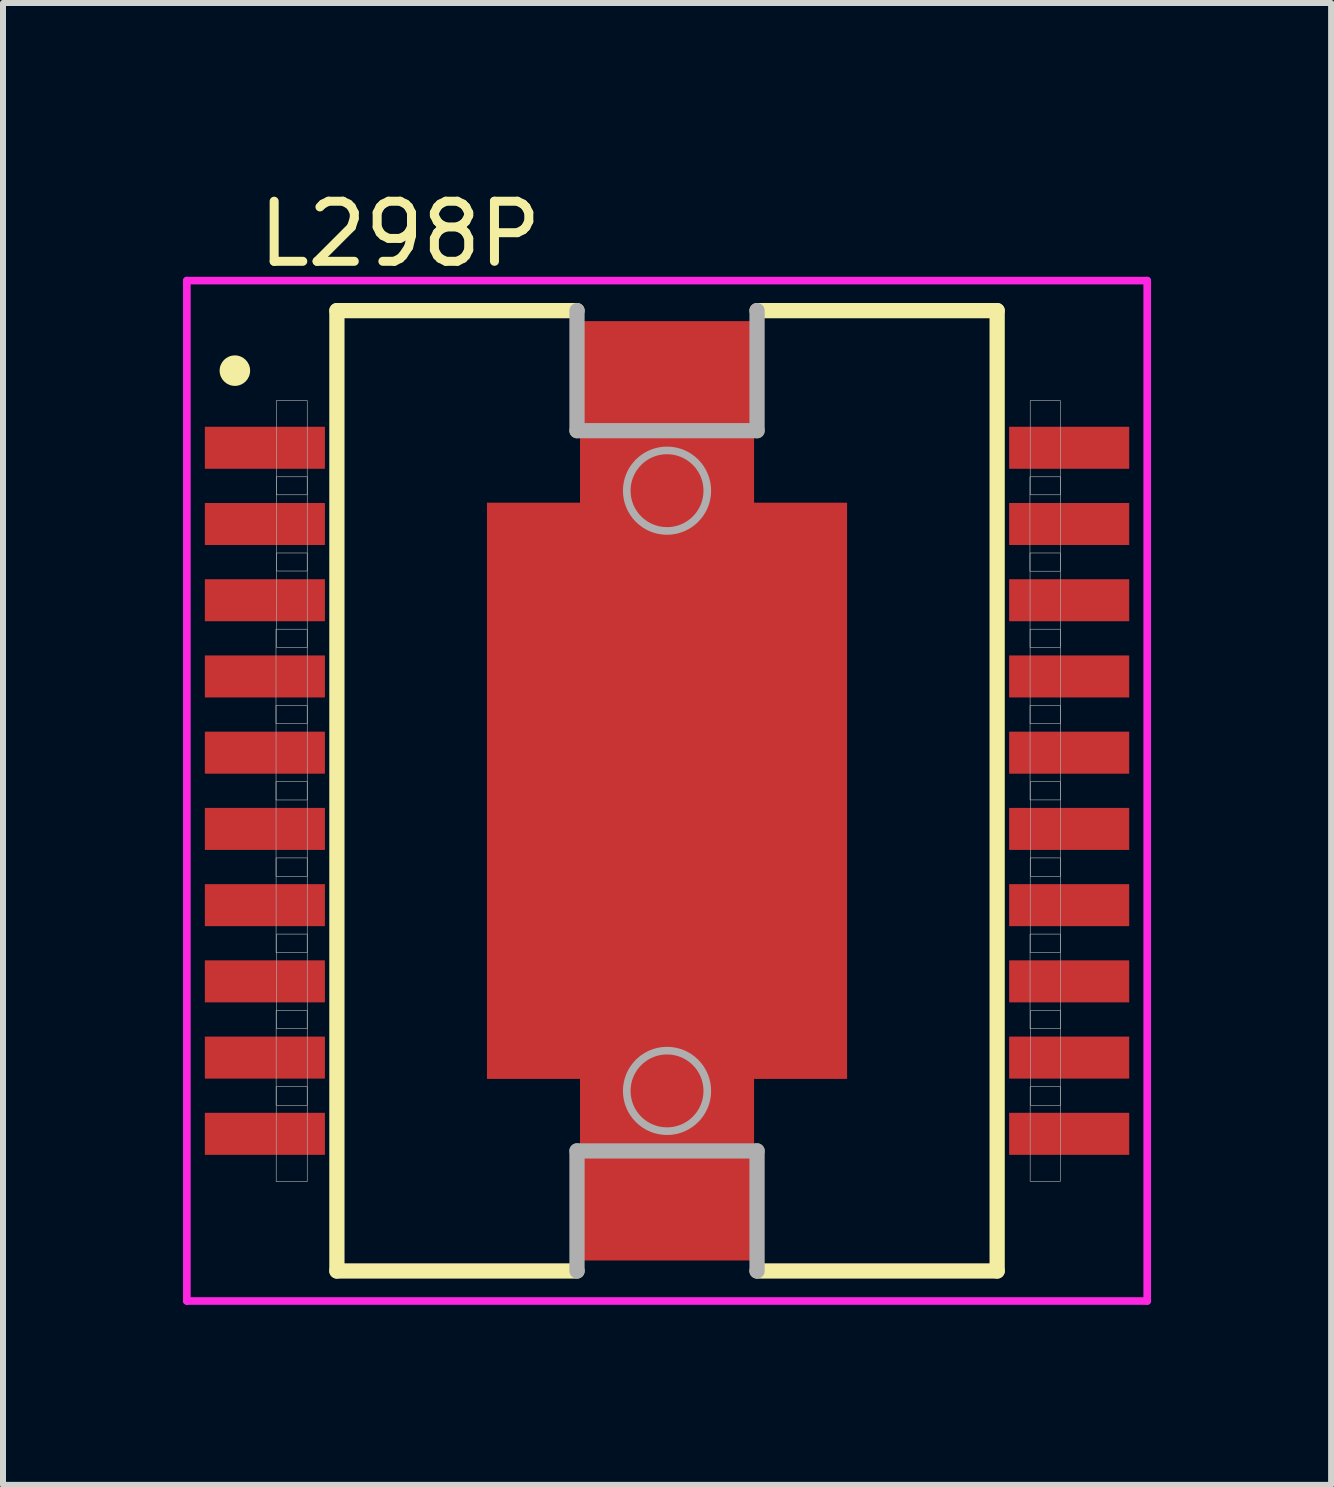
<source format=kicad_pcb>
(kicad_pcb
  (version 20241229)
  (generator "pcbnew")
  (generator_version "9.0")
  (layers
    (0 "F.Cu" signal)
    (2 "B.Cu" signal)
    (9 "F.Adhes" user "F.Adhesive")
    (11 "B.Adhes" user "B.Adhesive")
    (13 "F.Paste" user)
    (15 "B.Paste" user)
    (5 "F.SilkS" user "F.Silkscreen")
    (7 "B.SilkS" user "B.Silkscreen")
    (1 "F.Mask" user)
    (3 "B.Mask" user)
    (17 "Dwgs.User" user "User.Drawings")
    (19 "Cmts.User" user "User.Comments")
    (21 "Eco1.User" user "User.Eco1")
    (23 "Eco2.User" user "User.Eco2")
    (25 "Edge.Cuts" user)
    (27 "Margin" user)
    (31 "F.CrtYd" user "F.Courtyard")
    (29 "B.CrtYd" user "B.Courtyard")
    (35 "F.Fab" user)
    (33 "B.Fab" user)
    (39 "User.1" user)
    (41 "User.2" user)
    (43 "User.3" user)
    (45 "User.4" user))
  (footprint "L298P"
    (layer "F.Cu")
    (at 8.063 10.125)
    (property "Reference" "L298P" (at -4.448 -9.277 0) (layer "F.SilkS") (effects (font (size 1.001 1.001) (thickness 0.15))))
    (attr smd)
    (fp_line (start -5.5 8) (end -5.5 -8) (stroke (width 0.254) (type solid)) (layer "F.SilkS"))
    (fp_line (start -1.5 -8) (end -5.5 -8) (stroke (width 0.254) (type solid)) (layer "F.SilkS"))
    (fp_line (start -1.5 8) (end -5.5 8) (stroke (width 0.254) (type solid)) (layer "F.SilkS"))
    (fp_line (start 5.5 -8) (end 1.5 -8) (stroke (width 0.254) (type solid)) (layer "F.SilkS"))
    (fp_line (start 5.5 -8) (end 5.5 8) (stroke (width 0.254) (type solid)) (layer "F.SilkS"))
    (fp_line (start 5.5 8) (end 1.5 8) (stroke (width 0.254) (type solid)) (layer "F.SilkS"))
    (fp_circle (center -7.2 -7) (end -6.946 -7) (stroke (width 0) (type solid)) (fill yes) (layer "F.SilkS"))
    (fp_poly (pts (xy -1.901 -3) (xy 1.9 -3) (xy 1.9 3.001) (xy -1.901 3.001)) (stroke (width 0.01) (type solid)) (fill yes) (layer "F.Paste"))
    (fp_line (start -8 -8.5) (end -8 8.5) (stroke (width 0.127) (type solid)) (layer "F.CrtYd"))
    (fp_line (start -8 8.5) (end 8 8.5) (stroke (width 0.127) (type solid)) (layer "F.CrtYd"))
    (fp_line (start 8 -8.5) (end -8 -8.5) (stroke (width 0.127) (type solid)) (layer "F.CrtYd"))
    (fp_line (start 8 8.5) (end 8 -8.5) (stroke (width 0.127) (type solid)) (layer "F.CrtYd"))
    (fp_line (start -1.5 -6) (end -1.5 -8) (stroke (width 0.254) (type solid)) (layer "F.Fab"))
    (fp_line (start -1.5 -6) (end 1.5 -6) (stroke (width 0.254) (type solid)) (layer "F.Fab"))
    (fp_line (start -1.5 6) (end 1.5 6) (stroke (width 0.254) (type solid)) (layer "F.Fab"))
    (fp_line (start -1.5 8) (end -1.5 6) (stroke (width 0.254) (type solid)) (layer "F.Fab"))
    (fp_line (start 1.5 -6) (end 1.5 -8) (stroke (width 0.254) (type solid)) (layer "F.Fab"))
    (fp_line (start 1.5 8) (end 1.5 6) (stroke (width 0.254) (type solid)) (layer "F.Fab"))
    (fp_circle (center 0 -5) (end 0.671 -5) (stroke (width 0.127) (type solid)) (fill no) (layer "F.Fab"))
    (fp_circle (center 0 5) (end 0.671 5) (stroke (width 0.127) (type solid)) (fill no) (layer "F.Fab"))
    (fp_poly (pts (xy -6.515 -2.692) (xy -5.994 -2.692) (xy -5.994 -1.12) (xy -6.515 -1.12)) (stroke (width 0.01) (type solid)) (fill no) (layer "F.Fab"))
    (fp_poly (pts (xy -6.514 -1.422) (xy -5.994 -1.422) (xy -5.994 0.153) (xy -6.514 0.153)) (stroke (width 0.01) (type solid)) (fill no) (layer "F.Fab"))
    (fp_poly (pts (xy -6.514 -0.152) (xy -5.994 -0.152) (xy -5.994 1.425) (xy -6.514 1.425)) (stroke (width 0.01) (type solid)) (fill no) (layer "F.Fab"))
    (fp_poly (pts (xy -6.513 1.118) (xy -5.994 1.118) (xy -5.994 2.697) (xy -6.513 2.697)) (stroke (width 0.01) (type solid)) (fill no) (layer "F.Fab"))
    (fp_poly (pts (xy -6.512 3.658) (xy -5.994 3.658) (xy -5.994 5.24) (xy -6.512 5.24)) (stroke (width 0.01) (type solid)) (fill no) (layer "F.Fab"))
    (fp_poly (pts (xy -6.511 4.928) (xy -5.994 4.928) (xy -5.994 6.511) (xy -6.511 6.511)) (stroke (width 0.01) (type solid)) (fill no) (layer "F.Fab"))
    (fp_poly (pts (xy -6.508 -5.232) (xy -5.994 -5.232) (xy -5.994 -3.661) (xy -6.508 -3.661)) (stroke (width 0.01) (type solid)) (fill no) (layer "F.Fab"))
    (fp_poly (pts (xy -6.508 -6.502) (xy -5.994 -6.502) (xy -5.994 -4.932) (xy -6.508 -4.932)) (stroke (width 0.01) (type solid)) (fill no) (layer "F.Fab"))
    (fp_poly (pts (xy -6.507 -3.962) (xy -5.994 -3.962) (xy -5.994 -2.389) (xy -6.507 -2.389)) (stroke (width 0.01) (type solid)) (fill no) (layer "F.Fab"))
    (fp_poly (pts (xy -6.505 2.388) (xy -5.994 2.388) (xy -5.994 3.964) (xy -6.505 3.964)) (stroke (width 0.01) (type solid)) (fill no) (layer "F.Fab"))
    (fp_poly (pts (xy 6.046 -5.232) (xy 6.553 -5.232) (xy 6.553 -3.658) (xy 6.046 -3.658)) (stroke (width 0.01) (type solid)) (fill no) (layer "F.Fab"))
    (fp_poly (pts (xy 6.048 2.388) (xy 6.553 2.388) (xy 6.553 3.964) (xy 6.048 3.964)) (stroke (width 0.01) (type solid)) (fill no) (layer "F.Fab"))
    (fp_poly (pts (xy 6.048 -3.962) (xy 6.553 -3.962) (xy 6.553 -2.389) (xy 6.048 -2.389)) (stroke (width 0.01) (type solid)) (fill no) (layer "F.Fab"))
    (fp_poly (pts (xy 6.048 -1.422) (xy 6.553 -1.422) (xy 6.553 0.152) (xy 6.048 0.152)) (stroke (width 0.01) (type solid)) (fill no) (layer "F.Fab"))
    (fp_poly (pts (xy 6.049 -2.692) (xy 6.553 -2.692) (xy 6.553 -1.118) (xy 6.049 -1.118)) (stroke (width 0.01) (type solid)) (fill no) (layer "F.Fab"))
    (fp_poly (pts (xy 6.05 4.928) (xy 6.553 4.928) (xy 6.553 6.507) (xy 6.05 6.507)) (stroke (width 0.01) (type solid)) (fill no) (layer "F.Fab"))
    (fp_poly (pts (xy 6.051 -6.502) (xy 6.553 -6.502) (xy 6.553 -4.932) (xy 6.051 -4.932)) (stroke (width 0.01) (type solid)) (fill no) (layer "F.Fab"))
    (fp_poly (pts (xy 6.051 1.118) (xy 6.553 1.118) (xy 6.553 2.695) (xy 6.051 2.695)) (stroke (width 0.01) (type solid)) (fill no) (layer "F.Fab"))
    (fp_poly (pts (xy 6.053 -0.152) (xy 6.553 -0.152) (xy 6.553 1.424) (xy 6.053 1.424)) (stroke (width 0.01) (type solid)) (fill no) (layer "F.Fab"))
    (fp_poly (pts (xy 6.056 3.658) (xy 6.553 3.658) (xy 6.553 5.242) (xy 6.056 5.242)) (stroke (width 0.01) (type solid)) (fill no) (layer "F.Fab"))
    (pad "1" smd rect (at -6.7 -5.715) (size 2 0.7) (layers "F.Cu" "F.Mask" "F.Paste"))
    (pad "2" smd rect (at -6.7 -4.445) (size 2 0.7) (layers "F.Cu" "F.Mask" "F.Paste"))
    (pad "3" smd rect (at -6.7 -3.175) (size 2 0.7) (layers "F.Cu" "F.Mask" "F.Paste"))
    (pad "4" smd rect (at -6.7 -1.905) (size 2 0.7) (layers "F.Cu" "F.Mask" "F.Paste"))
    (pad "5" smd rect (at -6.7 -0.635) (size 2 0.7) (layers "F.Cu" "F.Mask" "F.Paste"))
    (pad "6" smd rect (at -6.7 0.635) (size 2 0.7) (layers "F.Cu" "F.Mask" "F.Paste"))
    (pad "7" smd rect (at -6.7 1.905) (size 2 0.7) (layers "F.Cu" "F.Mask" "F.Paste"))
    (pad "8" smd rect (at -6.7 3.175) (size 2 0.7) (layers "F.Cu" "F.Mask" "F.Paste"))
    (pad "9" smd rect (at -6.7 4.445) (size 2 0.7) (layers "F.Cu" "F.Mask" "F.Paste"))
    (pad "10" smd rect (at -6.7 5.715) (size 2 0.7) (layers "F.Cu" "F.Mask" "F.Paste"))
    (pad "11" smd rect (at 6.7 5.715) (size 2 0.7) (layers "F.Cu" "F.Mask" "F.Paste"))
    (pad "12" smd rect (at 6.7 4.445) (size 2 0.7) (layers "F.Cu" "F.Mask" "F.Paste"))
    (pad "13" smd rect (at 6.7 3.175) (size 2 0.7) (layers "F.Cu" "F.Mask" "F.Paste"))
    (pad "14" smd rect (at 6.7 1.905) (size 2 0.7) (layers "F.Cu" "F.Mask" "F.Paste"))
    (pad "15" smd rect (at 6.7 0.635) (size 2 0.7) (layers "F.Cu" "F.Mask" "F.Paste"))
    (pad "16" smd rect (at 6.7 -0.635) (size 2 0.7) (layers "F.Cu" "F.Mask" "F.Paste"))
    (pad "17" smd rect (at 6.7 -1.905) (size 2 0.7) (layers "F.Cu" "F.Mask" "F.Paste"))
    (pad "18" smd rect (at 6.7 -3.175) (size 2 0.7) (layers "F.Cu" "F.Mask" "F.Paste"))
    (pad "19" smd rect (at 6.7 -4.445) (size 2 0.7) (layers "F.Cu" "F.Mask" "F.Paste"))
    (pad "20" smd rect (at 6.7 -5.715) (size 2 0.7) (layers "F.Cu" "F.Mask" "F.Paste"))
    (pad "21" smd rect (at 0 0 270) (size 9.6 6) (layers "F.Cu" "F.Mask"))
    (pad "22" smd rect (at 0 -6.3 90) (size 3.05 2.9) (layers "F.Cu" "F.Mask"))
    (pad "23" smd rect (at 0 6.3 90) (size 3.05 2.9) (layers "F.Cu" "F.Mask")))
  (gr_rect
    (start -3 -3)
    (end 19.127 21.689)
    (stroke (width 0.1) (type default))
    (fill no)
    (layer "Edge.Cuts")))
</source>
